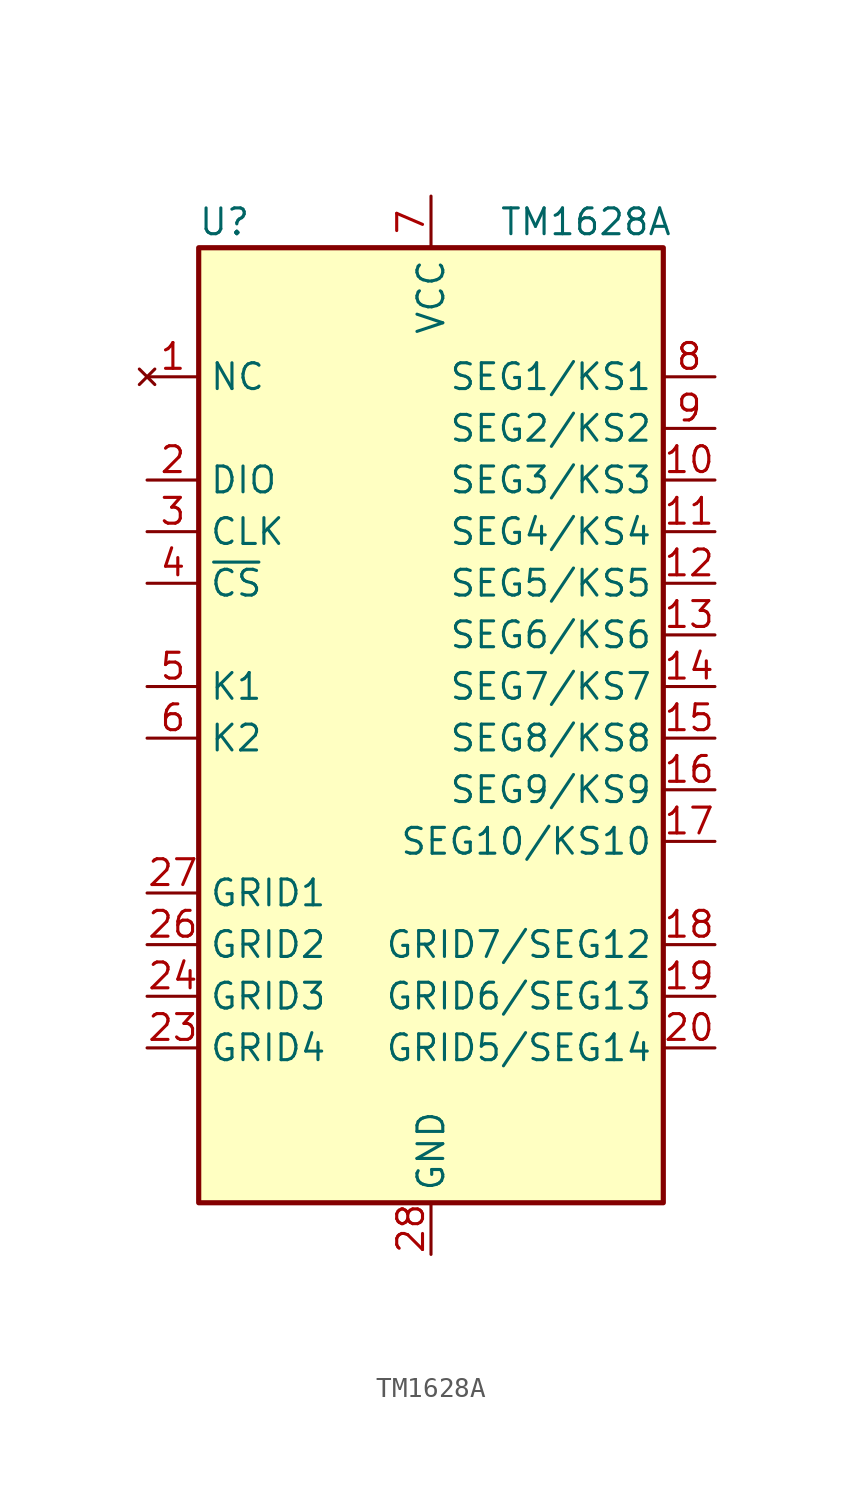
<source format=kicad_sym>
(kicad_symbol_lib
  (version 20211014)
  (generator kicad_symbol_editor)
  (symbol "TM1628A"
    (property "Reference" "U"
      (at -10.16 17.78 0)
      (effects (font (size 1.27 1.27))))
    (property "Value" "TM1628A"
      (at 7.62 17.78 0)
      (effects (font (size 1.27 1.27))))
    (symbol "TM1628A_0_1"
      (rectangle (start -11.43 16.51) (end 11.43 -30.48) (stroke (width 0.254) (type default) (color 0 0 0 0)) (fill (type background))))
    (symbol "TM1628A_1_1"
      (pin no_connect line (at -13.97 10.16 0) (length 2.54) (name "NC" (effects (font (size 1.27 1.27)))) (number "1" (effects (font (size 1.27 1.27)))))
      (pin output line (at 13.97 5.08 180) (length 2.54) (name "SEG3/KS3" (effects (font (size 1.27 1.27)))) (number "10" (effects (font (size 1.27 1.27)))))
      (pin output line (at 13.97 2.54 180) (length 2.54) (name "SEG4/KS4" (effects (font (size 1.27 1.27)))) (number "11" (effects (font (size 1.27 1.27)))))
      (pin output line (at 13.97 0 180) (length 2.54) (name "SEG5/KS5" (effects (font (size 1.27 1.27)))) (number "12" (effects (font (size 1.27 1.27)))))
      (pin output line (at 13.97 -2.54 180) (length 2.54) (name "SEG6/KS6" (effects (font (size 1.27 1.27)))) (number "13" (effects (font (size 1.27 1.27)))))
      (pin output line (at 13.97 -5.08 180) (length 2.54) (name "SEG7/KS7" (effects (font (size 1.27 1.27)))) (number "14" (effects (font (size 1.27 1.27)))))
      (pin output line (at 13.97 -7.62 180) (length 2.54) (name "SEG8/KS8" (effects (font (size 1.27 1.27)))) (number "15" (effects (font (size 1.27 1.27)))))
      (pin output line (at 13.97 -10.16 180) (length 2.54) (name "SEG9/KS9" (effects (font (size 1.27 1.27)))) (number "16" (effects (font (size 1.27 1.27)))))
      (pin output line (at 13.97 -12.7 180) (length 2.54) (name "SEG10/KS10" (effects (font (size 1.27 1.27)))) (number "17" (effects (font (size 1.27 1.27)))))
      (pin output line (at 13.97 -17.78 180) (length 2.54) (name "GRID7/SEG12" (effects (font (size 1.27 1.27)))) (number "18" (effects (font (size 1.27 1.27)))))
      (pin output line (at 13.97 -20.32 180) (length 2.54) (name "GRID6/SEG13" (effects (font (size 1.27 1.27)))) (number "19" (effects (font (size 1.27 1.27)))))
      (pin bidirectional line (at -13.97 5.08 0) (length 2.54) (name "DIO" (effects (font (size 1.27 1.27)))) (number "2" (effects (font (size 1.27 1.27)))))
      (pin output line (at 13.97 -22.86 180) (length 2.54) (name "GRID5/SEG14" (effects (font (size 1.27 1.27)))) (number "20" (effects (font (size 1.27 1.27)))))
      (pin power_in line (at 0 19.05 270) (length 2.54) hide (name "VCC" (effects (font (size 1.27 1.27)))) (number "21" (effects (font (size 1.27 1.27)))))
      (pin power_in line (at 0 -33.02 90) (length 2.54) hide (name "GND" (effects (font (size 1.27 1.27)))) (number "22" (effects (font (size 1.27 1.27)))))
      (pin power_out line (at -13.97 -22.86 0) (length 2.54) (name "GRID4" (effects (font (size 1.27 1.27)))) (number "23" (effects (font (size 1.27 1.27)))))
      (pin power_out line (at -13.97 -20.32 0) (length 2.54) (name "GRID3" (effects (font (size 1.27 1.27)))) (number "24" (effects (font (size 1.27 1.27)))))
      (pin power_in line (at 0 -33.02 90) (length 2.54) hide (name "GND" (effects (font (size 1.27 1.27)))) (number "25" (effects (font (size 1.27 1.27)))))
      (pin power_out line (at -13.97 -17.78 0) (length 2.54) (name "GRID2" (effects (font (size 1.27 1.27)))) (number "26" (effects (font (size 1.27 1.27)))))
      (pin power_out line (at -13.97 -15.24 0) (length 2.54) (name "GRID1" (effects (font (size 1.27 1.27)))) (number "27" (effects (font (size 1.27 1.27)))))
      (pin power_in line (at 0 -33.02 90) (length 2.54) (name "GND" (effects (font (size 1.27 1.27)))) (number "28" (effects (font (size 1.27 1.27)))))
      (pin input line (at -13.97 2.54 0) (length 2.54) (name "CLK" (effects (font (size 1.27 1.27)))) (number "3" (effects (font (size 1.27 1.27)))))
      (pin input line (at -13.97 0 0) (length 2.54) (name "~{CS}" (effects (font (size 1.27 1.27)))) (number "4" (effects (font (size 1.27 1.27)))))
      (pin power_out line (at -13.97 -5.08 0) (length 2.54) (name "K1" (effects (font (size 1.27 1.27)))) (number "5" (effects (font (size 1.27 1.27)))))
      (pin power_out line (at -13.97 -7.62 0) (length 2.54) (name "K2" (effects (font (size 1.27 1.27)))) (number "6" (effects (font (size 1.27 1.27)))))
      (pin power_in line (at 0 19.05 270) (length 2.54) (name "VCC" (effects (font (size 1.27 1.27)))) (number "7" (effects (font (size 1.27 1.27)))))
      (pin output line (at 13.97 10.16 180) (length 2.54) (name "SEG1/KS1" (effects (font (size 1.27 1.27)))) (number "8" (effects (font (size 1.27 1.27)))))
      (pin output line (at 13.97 7.62 180) (length 2.54) (name "SEG2/KS2" (effects (font (size 1.27 1.27)))) (number "9" (effects (font (size 1.27 1.27))))))))
</source>
